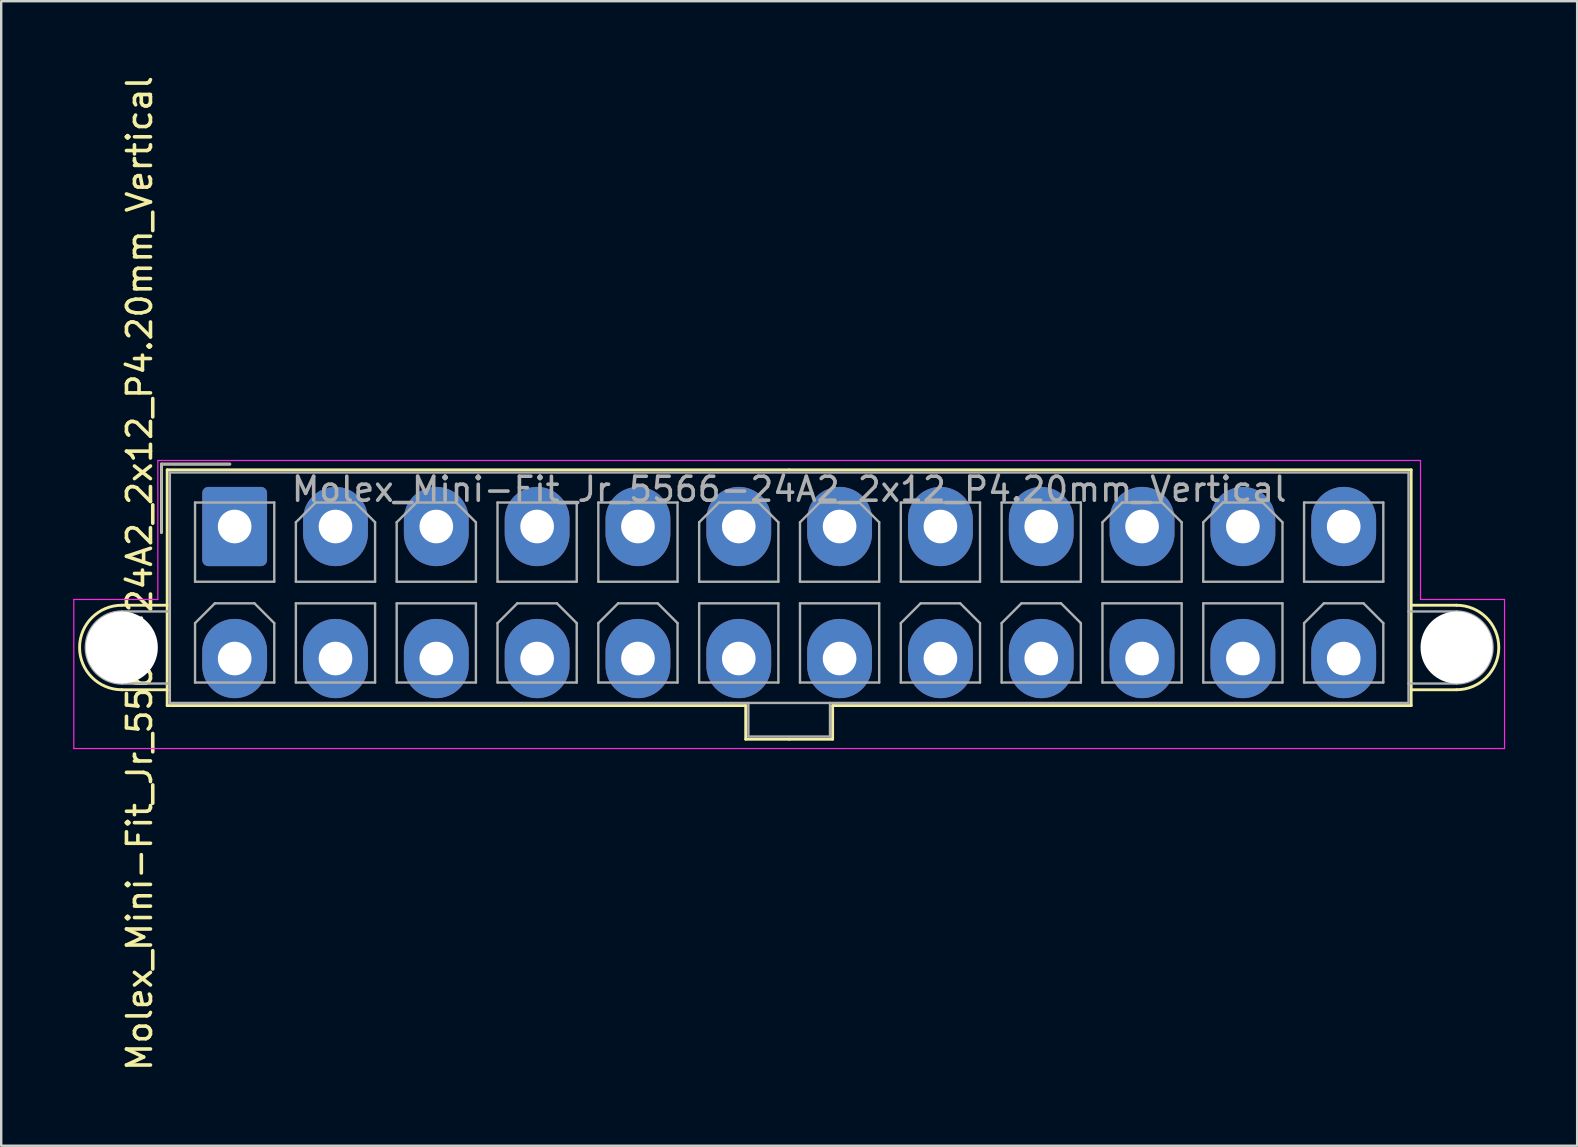
<source format=kicad_pcb>
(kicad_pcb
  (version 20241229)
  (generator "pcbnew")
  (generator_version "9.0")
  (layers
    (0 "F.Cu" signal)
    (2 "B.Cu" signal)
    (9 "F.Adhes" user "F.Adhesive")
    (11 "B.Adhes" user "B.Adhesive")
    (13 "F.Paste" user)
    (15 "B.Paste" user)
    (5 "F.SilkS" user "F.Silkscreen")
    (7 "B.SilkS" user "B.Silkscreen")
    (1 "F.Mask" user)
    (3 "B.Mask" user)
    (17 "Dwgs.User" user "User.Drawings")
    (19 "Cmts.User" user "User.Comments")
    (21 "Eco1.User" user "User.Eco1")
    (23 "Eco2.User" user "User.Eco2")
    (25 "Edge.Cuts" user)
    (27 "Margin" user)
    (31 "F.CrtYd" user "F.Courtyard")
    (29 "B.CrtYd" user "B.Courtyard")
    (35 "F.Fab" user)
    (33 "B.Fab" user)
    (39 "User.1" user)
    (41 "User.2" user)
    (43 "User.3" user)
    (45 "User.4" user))
  (footprint "Molex_Mini-Fit_Jr_5566-24A2_2x12_P4.20mm_Vertical"
    (layer "F.Cu")
    (at 6.725 18.883)
    (property "Reference" "Molex_Mini-Fit_Jr_5566-24A2_2x12_P4.20mm_Vertical" (at -3.962 1.956 270) (layer "F.SilkS") (effects (font (size 1 1) (thickness 0.15))))
    (attr through_hole)
    (fp_line (start -4.7 3.28) (end -2.81 3.28) (stroke (width 0.12) (type solid)) (layer "F.SilkS"))
    (fp_line (start -4.7 6.8) (end -2.81 6.8) (stroke (width 0.12) (type solid)) (layer "F.SilkS"))
    (fp_line (start -3.05 -2.6) (end -3.05 0.25) (stroke (width 0.12) (type solid)) (layer "F.SilkS"))
    (fp_line (start -2.81 -2.36) (end -2.81 7.46) (stroke (width 0.12) (type solid)) (layer "F.SilkS"))
    (fp_line (start -2.81 7.46) (end 21.29 7.46) (stroke (width 0.12) (type solid)) (layer "F.SilkS"))
    (fp_line (start -0.2 -2.6) (end -3.05 -2.6) (stroke (width 0.12) (type solid)) (layer "F.SilkS"))
    (fp_line (start 21.29 7.46) (end 21.29 8.86) (stroke (width 0.12) (type solid)) (layer "F.SilkS"))
    (fp_line (start 21.29 8.86) (end 23.1 8.86) (stroke (width 0.12) (type solid)) (layer "F.SilkS"))
    (fp_line (start 23.1 -2.36) (end -2.81 -2.36) (stroke (width 0.12) (type solid)) (layer "F.SilkS"))
    (fp_line (start 23.1 -2.36) (end 49.01 -2.36) (stroke (width 0.12) (type solid)) (layer "F.SilkS"))
    (fp_line (start 24.91 7.46) (end 24.91 8.86) (stroke (width 0.12) (type solid)) (layer "F.SilkS"))
    (fp_line (start 24.91 8.86) (end 23.1 8.86) (stroke (width 0.12) (type solid)) (layer "F.SilkS"))
    (fp_line (start 49.01 -2.36) (end 49.01 7.46) (stroke (width 0.12) (type solid)) (layer "F.SilkS"))
    (fp_line (start 49.01 7.46) (end 24.91 7.46) (stroke (width 0.12) (type solid)) (layer "F.SilkS"))
    (fp_line (start 50.9 3.28) (end 49.01 3.28) (stroke (width 0.12) (type solid)) (layer "F.SilkS"))
    (fp_line (start 50.9 6.8) (end 49.01 6.8) (stroke (width 0.12) (type solid)) (layer "F.SilkS"))
    (fp_arc (start -4.7 6.8) (mid -6.46 5.04) (end -4.7 3.28) (stroke (width 0.12) (type solid)) (layer "F.SilkS"))
    (fp_arc (start 50.9 3.28) (mid 52.66 5.04) (end 50.9 6.8) (stroke (width 0.12) (type solid)) (layer "F.SilkS"))
    (fp_line (start -6.7 3.04) (end -6.7 9.25) (stroke (width 0.05) (type solid)) (layer "F.CrtYd"))
    (fp_line (start -6.7 9.25) (end 52.9 9.25) (stroke (width 0.05) (type solid)) (layer "F.CrtYd"))
    (fp_line (start -3.2 -2.75) (end -3.2 3.04) (stroke (width 0.05) (type solid)) (layer "F.CrtYd"))
    (fp_line (start -3.2 3.04) (end -6.7 3.04) (stroke (width 0.05) (type solid)) (layer "F.CrtYd"))
    (fp_line (start 49.4 -2.75) (end -3.2 -2.75) (stroke (width 0.05) (type solid)) (layer "F.CrtYd"))
    (fp_line (start 49.4 3.04) (end 49.4 -2.75) (stroke (width 0.05) (type solid)) (layer "F.CrtYd"))
    (fp_line (start 52.9 3.04) (end 49.4 3.04) (stroke (width 0.05) (type solid)) (layer "F.CrtYd"))
    (fp_line (start 52.9 9.25) (end 52.9 3.04) (stroke (width 0.05) (type solid)) (layer "F.CrtYd"))
    (fp_line (start -4.7 3.54) (end -2.7 3.54) (stroke (width 0.1) (type solid)) (layer "F.Fab"))
    (fp_line (start -4.7 6.54) (end -2.7 6.54) (stroke (width 0.1) (type solid)) (layer "F.Fab"))
    (fp_line (start -3.05 -2.6) (end -3.05 0.25) (stroke (width 0.1) (type solid)) (layer "F.Fab"))
    (fp_line (start -2.7 -2.25) (end -2.7 7.35) (stroke (width 0.1) (type solid)) (layer "F.Fab"))
    (fp_line (start -2.7 7.35) (end 48.9 7.35) (stroke (width 0.1) (type solid)) (layer "F.Fab"))
    (fp_line (start -1.65 -1) (end -1.65 2.3) (stroke (width 0.1) (type solid)) (layer "F.Fab"))
    (fp_line (start -1.65 2.3) (end 1.65 2.3) (stroke (width 0.1) (type solid)) (layer "F.Fab"))
    (fp_line (start -1.65 4.025) (end -0.825 3.2) (stroke (width 0.1) (type solid)) (layer "F.Fab"))
    (fp_line (start -1.65 6.5) (end -1.65 4.025) (stroke (width 0.1) (type solid)) (layer "F.Fab"))
    (fp_line (start -0.825 3.2) (end 0.825 3.2) (stroke (width 0.1) (type solid)) (layer "F.Fab"))
    (fp_line (start -0.2 -2.6) (end -3.05 -2.6) (stroke (width 0.1) (type solid)) (layer "F.Fab"))
    (fp_line (start 0.825 3.2) (end 1.65 4.025) (stroke (width 0.1) (type solid)) (layer "F.Fab"))
    (fp_line (start 1.65 -1) (end -1.65 -1) (stroke (width 0.1) (type solid)) (layer "F.Fab"))
    (fp_line (start 1.65 2.3) (end 1.65 -1) (stroke (width 0.1) (type solid)) (layer "F.Fab"))
    (fp_line (start 1.65 4.025) (end 1.65 6.5) (stroke (width 0.1) (type solid)) (layer "F.Fab"))
    (fp_line (start 1.65 6.5) (end -1.65 6.5) (stroke (width 0.1) (type solid)) (layer "F.Fab"))
    (fp_line (start 2.55 -0.175) (end 3.375 -1) (stroke (width 0.1) (type solid)) (layer "F.Fab"))
    (fp_line (start 2.55 2.3) (end 2.55 -0.175) (stroke (width 0.1) (type solid)) (layer "F.Fab"))
    (fp_line (start 2.55 3.2) (end 2.55 6.5) (stroke (width 0.1) (type solid)) (layer "F.Fab"))
    (fp_line (start 2.55 6.5) (end 5.85 6.5) (stroke (width 0.1) (type solid)) (layer "F.Fab"))
    (fp_line (start 3.375 -1) (end 5.025 -1) (stroke (width 0.1) (type solid)) (layer "F.Fab"))
    (fp_line (start 5.025 -1) (end 5.85 -0.175) (stroke (width 0.1) (type solid)) (layer "F.Fab"))
    (fp_line (start 5.85 -0.175) (end 5.85 2.3) (stroke (width 0.1) (type solid)) (layer "F.Fab"))
    (fp_line (start 5.85 2.3) (end 2.55 2.3) (stroke (width 0.1) (type solid)) (layer "F.Fab"))
    (fp_line (start 5.85 3.2) (end 2.55 3.2) (stroke (width 0.1) (type solid)) (layer "F.Fab"))
    (fp_line (start 5.85 6.5) (end 5.85 3.2) (stroke (width 0.1) (type solid)) (layer "F.Fab"))
    (fp_line (start 6.75 -0.175) (end 7.575 -1) (stroke (width 0.1) (type solid)) (layer "F.Fab"))
    (fp_line (start 6.75 2.3) (end 6.75 -0.175) (stroke (width 0.1) (type solid)) (layer "F.Fab"))
    (fp_line (start 6.75 3.2) (end 6.75 6.5) (stroke (width 0.1) (type solid)) (layer "F.Fab"))
    (fp_line (start 6.75 6.5) (end 10.05 6.5) (stroke (width 0.1) (type solid)) (layer "F.Fab"))
    (fp_line (start 7.575 -1) (end 9.225 -1) (stroke (width 0.1) (type solid)) (layer "F.Fab"))
    (fp_line (start 9.225 -1) (end 10.05 -0.175) (stroke (width 0.1) (type solid)) (layer "F.Fab"))
    (fp_line (start 10.05 -0.175) (end 10.05 2.3) (stroke (width 0.1) (type solid)) (layer "F.Fab"))
    (fp_line (start 10.05 2.3) (end 6.75 2.3) (stroke (width 0.1) (type solid)) (layer "F.Fab"))
    (fp_line (start 10.05 3.2) (end 6.75 3.2) (stroke (width 0.1) (type solid)) (layer "F.Fab"))
    (fp_line (start 10.05 6.5) (end 10.05 3.2) (stroke (width 0.1) (type solid)) (layer "F.Fab"))
    (fp_line (start 10.95 -1) (end 10.95 2.3) (stroke (width 0.1) (type solid)) (layer "F.Fab"))
    (fp_line (start 10.95 2.3) (end 14.25 2.3) (stroke (width 0.1) (type solid)) (layer "F.Fab"))
    (fp_line (start 10.95 4.025) (end 11.775 3.2) (stroke (width 0.1) (type solid)) (layer "F.Fab"))
    (fp_line (start 10.95 6.5) (end 10.95 4.025) (stroke (width 0.1) (type solid)) (layer "F.Fab"))
    (fp_line (start 11.775 3.2) (end 13.425 3.2) (stroke (width 0.1) (type solid)) (layer "F.Fab"))
    (fp_line (start 13.425 3.2) (end 14.25 4.025) (stroke (width 0.1) (type solid)) (layer "F.Fab"))
    (fp_line (start 14.25 -1) (end 10.95 -1) (stroke (width 0.1) (type solid)) (layer "F.Fab"))
    (fp_line (start 14.25 2.3) (end 14.25 -1) (stroke (width 0.1) (type solid)) (layer "F.Fab"))
    (fp_line (start 14.25 4.025) (end 14.25 6.5) (stroke (width 0.1) (type solid)) (layer "F.Fab"))
    (fp_line (start 14.25 6.5) (end 10.95 6.5) (stroke (width 0.1) (type solid)) (layer "F.Fab"))
    (fp_line (start 15.15 -1) (end 15.15 2.3) (stroke (width 0.1) (type solid)) (layer "F.Fab"))
    (fp_line (start 15.15 2.3) (end 18.45 2.3) (stroke (width 0.1) (type solid)) (layer "F.Fab"))
    (fp_line (start 15.15 4.025) (end 15.975 3.2) (stroke (width 0.1) (type solid)) (layer "F.Fab"))
    (fp_line (start 15.15 6.5) (end 15.15 4.025) (stroke (width 0.1) (type solid)) (layer "F.Fab"))
    (fp_line (start 15.975 3.2) (end 17.625 3.2) (stroke (width 0.1) (type solid)) (layer "F.Fab"))
    (fp_line (start 17.625 3.2) (end 18.45 4.025) (stroke (width 0.1) (type solid)) (layer "F.Fab"))
    (fp_line (start 18.45 -1) (end 15.15 -1) (stroke (width 0.1) (type solid)) (layer "F.Fab"))
    (fp_line (start 18.45 2.3) (end 18.45 -1) (stroke (width 0.1) (type solid)) (layer "F.Fab"))
    (fp_line (start 18.45 4.025) (end 18.45 6.5) (stroke (width 0.1) (type solid)) (layer "F.Fab"))
    (fp_line (start 18.45 6.5) (end 15.15 6.5) (stroke (width 0.1) (type solid)) (layer "F.Fab"))
    (fp_line (start 19.35 -0.175) (end 20.175 -1) (stroke (width 0.1) (type solid)) (layer "F.Fab"))
    (fp_line (start 19.35 2.3) (end 19.35 -0.175) (stroke (width 0.1) (type solid)) (layer "F.Fab"))
    (fp_line (start 19.35 3.2) (end 19.35 6.5) (stroke (width 0.1) (type solid)) (layer "F.Fab"))
    (fp_line (start 19.35 6.5) (end 22.65 6.5) (stroke (width 0.1) (type solid)) (layer "F.Fab"))
    (fp_line (start 20.175 -1) (end 21.825 -1) (stroke (width 0.1) (type solid)) (layer "F.Fab"))
    (fp_line (start 21.4 7.35) (end 21.4 8.75) (stroke (width 0.1) (type solid)) (layer "F.Fab"))
    (fp_line (start 21.4 8.75) (end 24.8 8.75) (stroke (width 0.1) (type solid)) (layer "F.Fab"))
    (fp_line (start 21.825 -1) (end 22.65 -0.175) (stroke (width 0.1) (type solid)) (layer "F.Fab"))
    (fp_line (start 22.65 -0.175) (end 22.65 2.3) (stroke (width 0.1) (type solid)) (layer "F.Fab"))
    (fp_line (start 22.65 2.3) (end 19.35 2.3) (stroke (width 0.1) (type solid)) (layer "F.Fab"))
    (fp_line (start 22.65 3.2) (end 19.35 3.2) (stroke (width 0.1) (type solid)) (layer "F.Fab"))
    (fp_line (start 22.65 6.5) (end 22.65 3.2) (stroke (width 0.1) (type solid)) (layer "F.Fab"))
    (fp_line (start 23.55 -0.175) (end 24.375 -1) (stroke (width 0.1) (type solid)) (layer "F.Fab"))
    (fp_line (start 23.55 2.3) (end 23.55 -0.175) (stroke (width 0.1) (type solid)) (layer "F.Fab"))
    (fp_line (start 23.55 3.2) (end 23.55 6.5) (stroke (width 0.1) (type solid)) (layer "F.Fab"))
    (fp_line (start 23.55 6.5) (end 26.85 6.5) (stroke (width 0.1) (type solid)) (layer "F.Fab"))
    (fp_line (start 24.375 -1) (end 26.025 -1) (stroke (width 0.1) (type solid)) (layer "F.Fab"))
    (fp_line (start 24.8 8.75) (end 24.8 7.35) (stroke (width 0.1) (type solid)) (layer "F.Fab"))
    (fp_line (start 26.025 -1) (end 26.85 -0.175) (stroke (width 0.1) (type solid)) (layer "F.Fab"))
    (fp_line (start 26.85 -0.175) (end 26.85 2.3) (stroke (width 0.1) (type solid)) (layer "F.Fab"))
    (fp_line (start 26.85 2.3) (end 23.55 2.3) (stroke (width 0.1) (type solid)) (layer "F.Fab"))
    (fp_line (start 26.85 3.2) (end 23.55 3.2) (stroke (width 0.1) (type solid)) (layer "F.Fab"))
    (fp_line (start 26.85 6.5) (end 26.85 3.2) (stroke (width 0.1) (type solid)) (layer "F.Fab"))
    (fp_line (start 27.75 -1) (end 27.75 2.3) (stroke (width 0.1) (type solid)) (layer "F.Fab"))
    (fp_line (start 27.75 2.3) (end 31.05 2.3) (stroke (width 0.1) (type solid)) (layer "F.Fab"))
    (fp_line (start 27.75 4.025) (end 28.575 3.2) (stroke (width 0.1) (type solid)) (layer "F.Fab"))
    (fp_line (start 27.75 6.5) (end 27.75 4.025) (stroke (width 0.1) (type solid)) (layer "F.Fab"))
    (fp_line (start 28.575 3.2) (end 30.225 3.2) (stroke (width 0.1) (type solid)) (layer "F.Fab"))
    (fp_line (start 30.225 3.2) (end 31.05 4.025) (stroke (width 0.1) (type solid)) (layer "F.Fab"))
    (fp_line (start 31.05 -1) (end 27.75 -1) (stroke (width 0.1) (type solid)) (layer "F.Fab"))
    (fp_line (start 31.05 2.3) (end 31.05 -1) (stroke (width 0.1) (type solid)) (layer "F.Fab"))
    (fp_line (start 31.05 4.025) (end 31.05 6.5) (stroke (width 0.1) (type solid)) (layer "F.Fab"))
    (fp_line (start 31.05 6.5) (end 27.75 6.5) (stroke (width 0.1) (type solid)) (layer "F.Fab"))
    (fp_line (start 31.95 -1) (end 31.95 2.3) (stroke (width 0.1) (type solid)) (layer "F.Fab"))
    (fp_line (start 31.95 2.3) (end 35.25 2.3) (stroke (width 0.1) (type solid)) (layer "F.Fab"))
    (fp_line (start 31.95 4.025) (end 32.775 3.2) (stroke (width 0.1) (type solid)) (layer "F.Fab"))
    (fp_line (start 31.95 6.5) (end 31.95 4.025) (stroke (width 0.1) (type solid)) (layer "F.Fab"))
    (fp_line (start 32.775 3.2) (end 34.425 3.2) (stroke (width 0.1) (type solid)) (layer "F.Fab"))
    (fp_line (start 34.425 3.2) (end 35.25 4.025) (stroke (width 0.1) (type solid)) (layer "F.Fab"))
    (fp_line (start 35.25 -1) (end 31.95 -1) (stroke (width 0.1) (type solid)) (layer "F.Fab"))
    (fp_line (start 35.25 2.3) (end 35.25 -1) (stroke (width 0.1) (type solid)) (layer "F.Fab"))
    (fp_line (start 35.25 4.025) (end 35.25 6.5) (stroke (width 0.1) (type solid)) (layer "F.Fab"))
    (fp_line (start 35.25 6.5) (end 31.95 6.5) (stroke (width 0.1) (type solid)) (layer "F.Fab"))
    (fp_line (start 36.15 -0.175) (end 36.975 -1) (stroke (width 0.1) (type solid)) (layer "F.Fab"))
    (fp_line (start 36.15 2.3) (end 36.15 -0.175) (stroke (width 0.1) (type solid)) (layer "F.Fab"))
    (fp_line (start 36.15 3.2) (end 36.15 6.5) (stroke (width 0.1) (type solid)) (layer "F.Fab"))
    (fp_line (start 36.15 6.5) (end 39.45 6.5) (stroke (width 0.1) (type solid)) (layer "F.Fab"))
    (fp_line (start 36.975 -1) (end 38.625 -1) (stroke (width 0.1) (type solid)) (layer "F.Fab"))
    (fp_line (start 38.625 -1) (end 39.45 -0.175) (stroke (width 0.1) (type solid)) (layer "F.Fab"))
    (fp_line (start 39.45 -0.175) (end 39.45 2.3) (stroke (width 0.1) (type solid)) (layer "F.Fab"))
    (fp_line (start 39.45 2.3) (end 36.15 2.3) (stroke (width 0.1) (type solid)) (layer "F.Fab"))
    (fp_line (start 39.45 3.2) (end 36.15 3.2) (stroke (width 0.1) (type solid)) (layer "F.Fab"))
    (fp_line (start 39.45 6.5) (end 39.45 3.2) (stroke (width 0.1) (type solid)) (layer "F.Fab"))
    (fp_line (start 40.35 -0.175) (end 41.175 -1) (stroke (width 0.1) (type solid)) (layer "F.Fab"))
    (fp_line (start 40.35 2.3) (end 40.35 -0.175) (stroke (width 0.1) (type solid)) (layer "F.Fab"))
    (fp_line (start 40.35 3.2) (end 40.35 6.5) (stroke (width 0.1) (type solid)) (layer "F.Fab"))
    (fp_line (start 40.35 6.5) (end 43.65 6.5) (stroke (width 0.1) (type solid)) (layer "F.Fab"))
    (fp_line (start 41.175 -1) (end 42.825 -1) (stroke (width 0.1) (type solid)) (layer "F.Fab"))
    (fp_line (start 42.825 -1) (end 43.65 -0.175) (stroke (width 0.1) (type solid)) (layer "F.Fab"))
    (fp_line (start 43.65 -0.175) (end 43.65 2.3) (stroke (width 0.1) (type solid)) (layer "F.Fab"))
    (fp_line (start 43.65 2.3) (end 40.35 2.3) (stroke (width 0.1) (type solid)) (layer "F.Fab"))
    (fp_line (start 43.65 3.2) (end 40.35 3.2) (stroke (width 0.1) (type solid)) (layer "F.Fab"))
    (fp_line (start 43.65 6.5) (end 43.65 3.2) (stroke (width 0.1) (type solid)) (layer "F.Fab"))
    (fp_line (start 44.55 -1) (end 44.55 2.3) (stroke (width 0.1) (type solid)) (layer "F.Fab"))
    (fp_line (start 44.55 2.3) (end 47.85 2.3) (stroke (width 0.1) (type solid)) (layer "F.Fab"))
    (fp_line (start 44.55 4.025) (end 45.375 3.2) (stroke (width 0.1) (type solid)) (layer "F.Fab"))
    (fp_line (start 44.55 6.5) (end 44.55 4.025) (stroke (width 0.1) (type solid)) (layer "F.Fab"))
    (fp_line (start 45.375 3.2) (end 47.025 3.2) (stroke (width 0.1) (type solid)) (layer "F.Fab"))
    (fp_line (start 47.025 3.2) (end 47.85 4.025) (stroke (width 0.1) (type solid)) (layer "F.Fab"))
    (fp_line (start 47.85 -1) (end 44.55 -1) (stroke (width 0.1) (type solid)) (layer "F.Fab"))
    (fp_line (start 47.85 2.3) (end 47.85 -1) (stroke (width 0.1) (type solid)) (layer "F.Fab"))
    (fp_line (start 47.85 4.025) (end 47.85 6.5) (stroke (width 0.1) (type solid)) (layer "F.Fab"))
    (fp_line (start 47.85 6.5) (end 44.55 6.5) (stroke (width 0.1) (type solid)) (layer "F.Fab"))
    (fp_line (start 48.9 -2.25) (end -2.7 -2.25) (stroke (width 0.1) (type solid)) (layer "F.Fab"))
    (fp_line (start 48.9 7.35) (end 48.9 -2.25) (stroke (width 0.1) (type solid)) (layer "F.Fab"))
    (fp_line (start 50.9 3.54) (end 48.9 3.54) (stroke (width 0.1) (type solid)) (layer "F.Fab"))
    (fp_line (start 50.9 6.54) (end 48.9 6.54) (stroke (width 0.1) (type solid)) (layer "F.Fab"))
    (fp_arc (start -4.7 6.54) (mid -6.2 5.04) (end -4.7 3.54) (stroke (width 0.1) (type solid)) (layer "F.Fab"))
    (fp_arc (start 50.9 3.54) (mid 52.4 5.04) (end 50.9 6.54) (stroke (width 0.1) (type solid)) (layer "F.Fab"))
    (fp_text user "${REFERENCE}" (at 23.1 -1.55 180) (layer "F.Fab") (effects (font (size 1 1) (thickness 0.15))))
    (pad "" np_thru_hole circle (at -4.7 5.04) (size 3 3) (drill 3) (layers "*.Cu" "*.Mask"))
    (pad "" np_thru_hole circle (at 50.9 5.04) (size 3 3) (drill 3) (layers "*.Cu" "*.Mask"))
    (pad "1" thru_hole roundrect (at 0 0) (size 2.7 3.3) (drill 1.4) (layers "*.Cu" "*.Mask") (roundrect_rratio 0.093))
    (pad "2" thru_hole oval (at 4.2 0) (size 2.7 3.3) (drill 1.4) (layers "*.Cu" "*.Mask"))
    (pad "3" thru_hole oval (at 8.4 0) (size 2.7 3.3) (drill 1.4) (layers "*.Cu" "*.Mask"))
    (pad "4" thru_hole oval (at 12.6 0) (size 2.7 3.3) (drill 1.4) (layers "*.Cu" "*.Mask"))
    (pad "5" thru_hole oval (at 16.8 0) (size 2.7 3.3) (drill 1.4) (layers "*.Cu" "*.Mask"))
    (pad "6" thru_hole oval (at 21 0) (size 2.7 3.3) (drill 1.4) (layers "*.Cu" "*.Mask"))
    (pad "7" thru_hole oval (at 25.2 0) (size 2.7 3.3) (drill 1.4) (layers "*.Cu" "*.Mask"))
    (pad "8" thru_hole oval (at 29.4 0) (size 2.7 3.3) (drill 1.4) (layers "*.Cu" "*.Mask"))
    (pad "9" thru_hole oval (at 33.6 0) (size 2.7 3.3) (drill 1.4) (layers "*.Cu" "*.Mask"))
    (pad "10" thru_hole oval (at 37.8 0) (size 2.7 3.3) (drill 1.4) (layers "*.Cu" "*.Mask"))
    (pad "11" thru_hole oval (at 42 0) (size 2.7 3.3) (drill 1.4) (layers "*.Cu" "*.Mask"))
    (pad "12" thru_hole oval (at 46.2 0) (size 2.7 3.3) (drill 1.4) (layers "*.Cu" "*.Mask"))
    (pad "13" thru_hole oval (at 0 5.5) (size 2.7 3.3) (drill 1.4) (layers "*.Cu" "*.Mask"))
    (pad "14" thru_hole oval (at 4.2 5.5) (size 2.7 3.3) (drill 1.4) (layers "*.Cu" "*.Mask"))
    (pad "15" thru_hole oval (at 8.4 5.5) (size 2.7 3.3) (drill 1.4) (layers "*.Cu" "*.Mask"))
    (pad "16" thru_hole oval (at 12.6 5.5) (size 2.7 3.3) (drill 1.4) (layers "*.Cu" "*.Mask"))
    (pad "17" thru_hole oval (at 16.8 5.5) (size 2.7 3.3) (drill 1.4) (layers "*.Cu" "*.Mask"))
    (pad "18" thru_hole oval (at 21 5.5) (size 2.7 3.3) (drill 1.4) (layers "*.Cu" "*.Mask"))
    (pad "19" thru_hole oval (at 25.2 5.5) (size 2.7 3.3) (drill 1.4) (layers "*.Cu" "*.Mask"))
    (pad "20" thru_hole oval (at 29.4 5.5) (size 2.7 3.3) (drill 1.4) (layers "*.Cu" "*.Mask"))
    (pad "21" thru_hole oval (at 33.6 5.5) (size 2.7 3.3) (drill 1.4) (layers "*.Cu" "*.Mask"))
    (pad "22" thru_hole oval (at 37.8 5.5) (size 2.7 3.3) (drill 1.4) (layers "*.Cu" "*.Mask"))
    (pad "23" thru_hole oval (at 42 5.5) (size 2.7 3.3) (drill 1.4) (layers "*.Cu" "*.Mask"))
    (pad "24" thru_hole oval (at 46.2 5.5) (size 2.7 3.3) (drill 1.4) (layers "*.Cu" "*.Mask")))
  (gr_rect
    (start -3 -3)
    (end 62.65 44.679)
    (stroke (width 0.1) (type default))
    (fill no)
    (layer "Edge.Cuts")))
</source>
